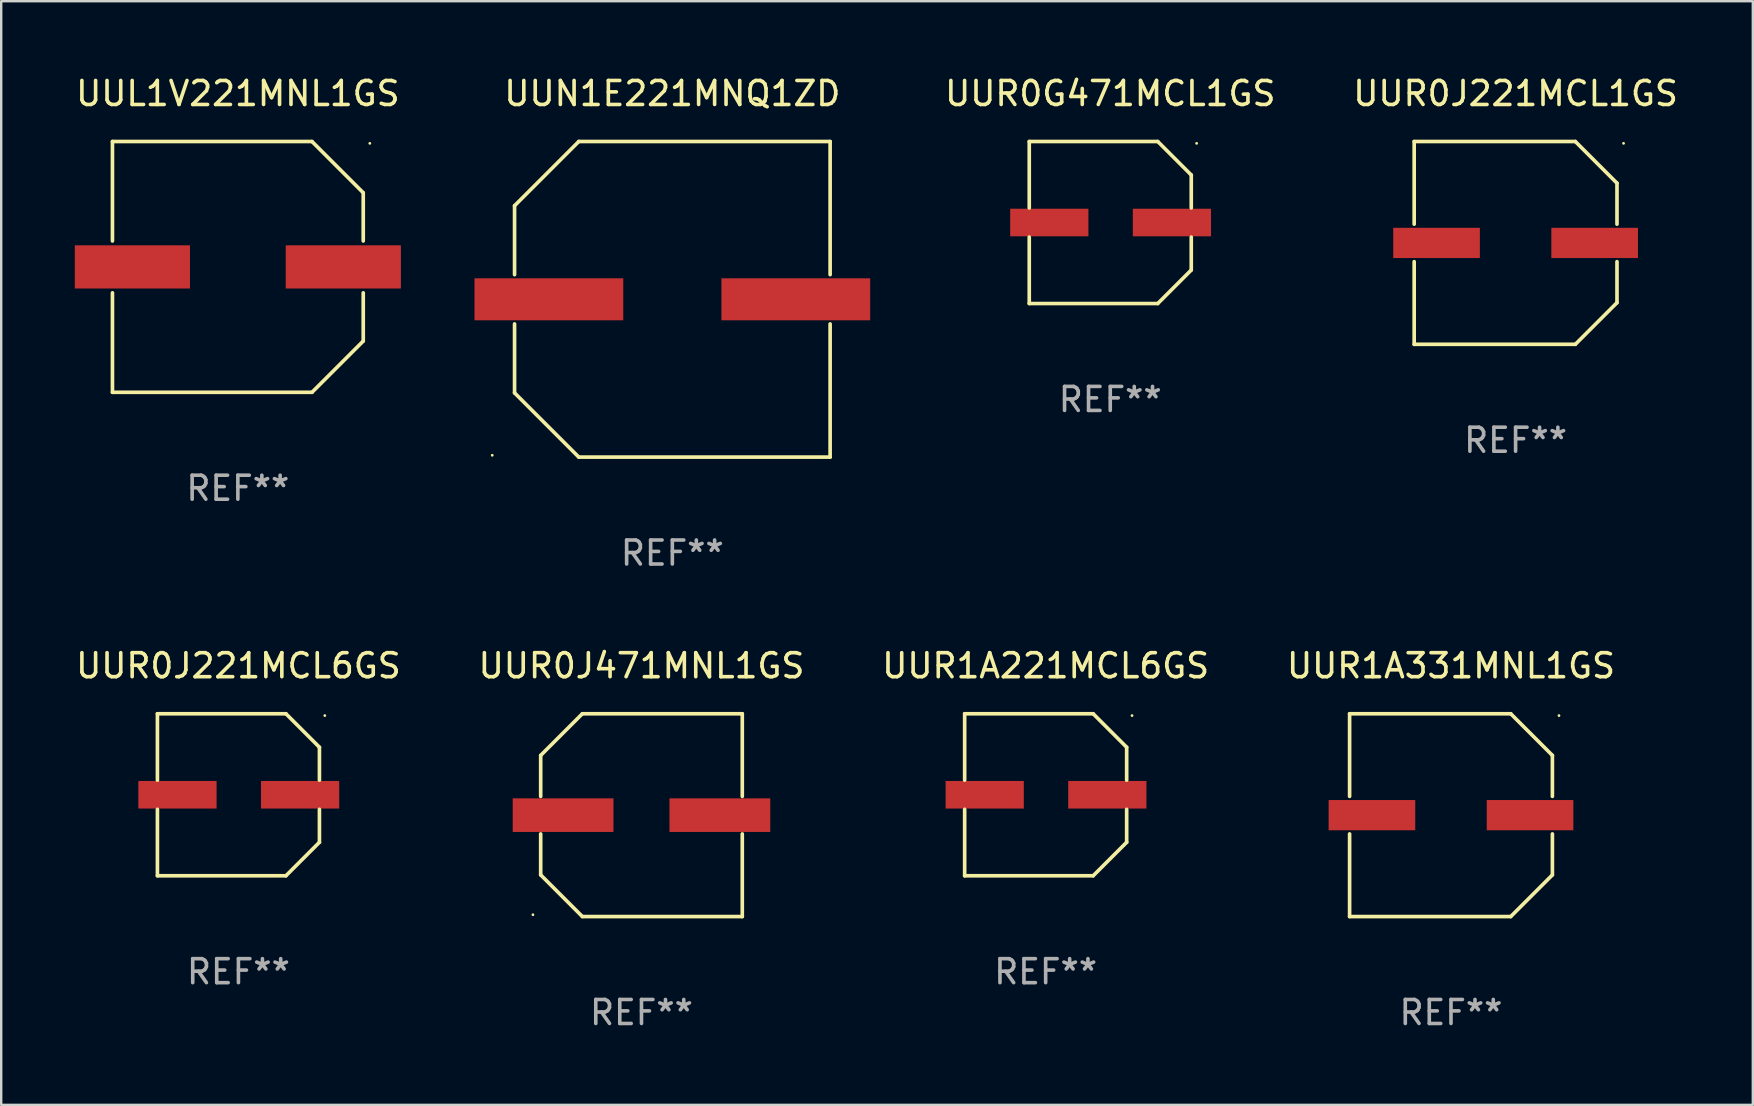
<source format=kicad_pcb>
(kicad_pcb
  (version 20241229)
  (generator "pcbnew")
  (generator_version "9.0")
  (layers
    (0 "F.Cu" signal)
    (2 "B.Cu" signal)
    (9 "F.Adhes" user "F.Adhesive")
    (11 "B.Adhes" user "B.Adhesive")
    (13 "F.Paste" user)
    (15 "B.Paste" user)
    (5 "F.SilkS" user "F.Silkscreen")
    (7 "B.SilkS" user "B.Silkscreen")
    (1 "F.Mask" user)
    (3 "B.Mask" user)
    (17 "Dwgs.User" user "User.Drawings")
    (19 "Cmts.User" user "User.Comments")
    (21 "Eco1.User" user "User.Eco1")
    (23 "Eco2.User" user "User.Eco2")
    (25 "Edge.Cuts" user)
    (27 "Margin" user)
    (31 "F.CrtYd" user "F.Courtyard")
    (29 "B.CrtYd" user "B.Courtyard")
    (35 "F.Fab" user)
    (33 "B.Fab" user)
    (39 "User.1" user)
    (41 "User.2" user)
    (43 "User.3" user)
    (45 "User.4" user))
  (footprint "UUL1V221MNL1GS"
    (layer "F.Cu")
    (at 6.863 8.074)
    (property "Reference" "UUL1V221MNL1GS" (at 0 -7.226 0) (layer "F.SilkS") (effects (font (size 1 1) (thickness 0.15))))
    (attr through_hole)
    (fp_line (start -5.226 -5.226) (end -5.226 -1.08) (stroke (width 0.152) (type solid)) (layer "F.SilkS"))
    (fp_line (start -5.226 -5.226) (end 3.09 -5.226) (stroke (width 0.152) (type solid)) (layer "F.SilkS"))
    (fp_line (start -5.226 1.08) (end -5.226 5.226) (stroke (width 0.152) (type solid)) (layer "F.SilkS"))
    (fp_line (start -5.226 5.226) (end 3.09 5.226) (stroke (width 0.152) (type solid)) (layer "F.SilkS"))
    (fp_line (start 3.09 -5.226) (end 5.226 -3.09) (stroke (width 0.152) (type solid)) (layer "F.SilkS"))
    (fp_line (start 3.09 5.226) (end 5.226 3.09) (stroke (width 0.152) (type solid)) (layer "F.SilkS"))
    (fp_line (start 5.226 -1.08) (end 5.226 -3.09) (stroke (width 0.152) (type solid)) (layer "F.SilkS"))
    (fp_line (start 5.226 3.09) (end 5.226 1.08) (stroke (width 0.152) (type solid)) (layer "F.SilkS"))
    (fp_circle (center 5.5 -5.15) (end 5.53 -5.15) (stroke (width 0.06) (type solid)) (fill no) (layer "F.SilkS"))
    (fp_text user "REF**" (at 0 9.226 0) (layer "F.Fab") (effects (font (size 1 1) (thickness 0.15))))
    (pad "1" smd rect (at 4.395 0 180) (size 4.8 1.8) (layers "F.Cu" "F.Mask" "F.Paste"))
    (pad "2" smd rect (at -4.395 0 180) (size 4.8 1.8) (layers "F.Cu" "F.Mask" "F.Paste")))
  (footprint "UUR0G471MCL1GS"
    (layer "F.Cu")
    (at 43.222 6.224)
    (property "Reference" "UUR0G471MCL1GS" (at 0 -5.376 0) (layer "F.SilkS") (effects (font (size 1 1) (thickness 0.15))))
    (attr through_hole)
    (fp_line (start -3.376 -3.376) (end 1.98 -3.376) (stroke (width 0.152) (type solid)) (layer "F.SilkS"))
    (fp_line (start -3.376 -0.607) (end -3.376 -3.376) (stroke (width 0.152) (type solid)) (layer "F.SilkS"))
    (fp_line (start -3.376 0.607) (end -3.376 3.376) (stroke (width 0.152) (type solid)) (layer "F.SilkS"))
    (fp_line (start -3.376 3.376) (end 1.98 3.376) (stroke (width 0.152) (type solid)) (layer "F.SilkS"))
    (fp_line (start 1.98 -3.376) (end 3.376 -1.98) (stroke (width 0.152) (type solid)) (layer "F.SilkS"))
    (fp_line (start 1.98 3.376) (end 3.376 1.98) (stroke (width 0.152) (type solid)) (layer "F.SilkS"))
    (fp_line (start 3.376 -1.98) (end 3.376 -0.607) (stroke (width 0.152) (type solid)) (layer "F.SilkS"))
    (fp_line (start 3.376 1.98) (end 3.376 0.607) (stroke (width 0.152) (type solid)) (layer "F.SilkS"))
    (fp_circle (center 3.6 -3.3) (end 3.63 -3.3) (stroke (width 0.06) (type solid)) (fill no) (layer "F.SilkS"))
    (fp_text user "REF**" (at 0 7.376 0) (layer "F.Fab") (effects (font (size 1 1) (thickness 0.15))))
    (pad "1" smd rect (at 2.57 0 180) (size 3.26 1.15) (layers "F.Cu" "F.Mask" "F.Paste"))
    (pad "2" smd rect (at -2.54 0 180) (size 3.26 1.15) (layers "F.Cu" "F.Mask" "F.Paste")))
  (footprint "UUR0J221MCL1GS"
    (layer "F.Cu")
    (at 60.115 7.074)
    (property "Reference" "UUR0J221MCL1GS" (at 0 -6.226 0) (layer "F.SilkS") (effects (font (size 1 1) (thickness 0.15))))
    (attr through_hole)
    (fp_line (start -4.226 -4.226) (end 2.49 -4.226) (stroke (width 0.152) (type solid)) (layer "F.SilkS"))
    (fp_line (start -4.226 -0.782) (end -4.226 -4.226) (stroke (width 0.152) (type solid)) (layer "F.SilkS"))
    (fp_line (start -4.226 0.782) (end -4.226 4.226) (stroke (width 0.152) (type solid)) (layer "F.SilkS"))
    (fp_line (start -4.226 4.226) (end 2.49 4.226) (stroke (width 0.152) (type solid)) (layer "F.SilkS"))
    (fp_line (start 2.49 -4.226) (end 4.226 -2.49) (stroke (width 0.152) (type solid)) (layer "F.SilkS"))
    (fp_line (start 2.49 4.226) (end 4.226 2.49) (stroke (width 0.152) (type solid)) (layer "F.SilkS"))
    (fp_line (start 4.226 -2.49) (end 4.226 -0.782) (stroke (width 0.152) (type solid)) (layer "F.SilkS"))
    (fp_line (start 4.226 2.49) (end 4.226 0.782) (stroke (width 0.152) (type solid)) (layer "F.SilkS"))
    (fp_circle (center 4.5 -4.15) (end 4.53 -4.15) (stroke (width 0.06) (type solid)) (fill no) (layer "F.SilkS"))
    (fp_text user "REF**" (at 0 8.226 0) (layer "F.Fab") (effects (font (size 1 1) (thickness 0.15))))
    (pad "1" smd rect (at 3.295 0 180) (size 3.61 1.26) (layers "F.Cu" "F.Mask" "F.Paste"))
    (pad "2" smd rect (at -3.295 0 180) (size 3.61 1.26) (layers "F.Cu" "F.Mask" "F.Paste")))
  (footprint "UUR1A331MNL1GS"
    (layer "F.Cu")
    (at 57.423 30.923)
    (property "Reference" "UUR1A331MNL1GS" (at 0 -6.226 0) (layer "F.SilkS") (effects (font (size 1 1) (thickness 0.15))))
    (attr through_hole)
    (fp_line (start -4.226 -4.226) (end 2.49 -4.226) (stroke (width 0.152) (type solid)) (layer "F.SilkS"))
    (fp_line (start -4.226 -0.782) (end -4.226 -4.226) (stroke (width 0.152) (type solid)) (layer "F.SilkS"))
    (fp_line (start -4.226 0.782) (end -4.226 4.226) (stroke (width 0.152) (type solid)) (layer "F.SilkS"))
    (fp_line (start -4.226 4.226) (end 2.49 4.226) (stroke (width 0.152) (type solid)) (layer "F.SilkS"))
    (fp_line (start 2.49 -4.226) (end 4.226 -2.49) (stroke (width 0.152) (type solid)) (layer "F.SilkS"))
    (fp_line (start 2.49 4.226) (end 4.226 2.49) (stroke (width 0.152) (type solid)) (layer "F.SilkS"))
    (fp_line (start 4.226 -2.49) (end 4.226 -0.782) (stroke (width 0.152) (type solid)) (layer "F.SilkS"))
    (fp_line (start 4.226 2.49) (end 4.226 0.782) (stroke (width 0.152) (type solid)) (layer "F.SilkS"))
    (fp_circle (center 4.5 -4.15) (end 4.53 -4.15) (stroke (width 0.06) (type solid)) (fill no) (layer "F.SilkS"))
    (fp_text user "REF**" (at 0 8.226 0) (layer "F.Fab") (effects (font (size 1 1) (thickness 0.15))))
    (pad "1" smd rect (at 3.295 0 180) (size 3.61 1.26) (layers "F.Cu" "F.Mask" "F.Paste"))
    (pad "2" smd rect (at -3.295 0 180) (size 3.61 1.26) (layers "F.Cu" "F.Mask" "F.Paste")))
  (footprint "UUR0J471MNL1GS"
    (layer "F.Cu")
    (at 23.685 30.923)
    (property "Reference" "UUR0J471MNL1GS" (at 0 -6.226 0) (layer "F.SilkS") (effects (font (size 1 1) (thickness 0.15))))
    (attr through_hole)
    (fp_line (start -4.201 -2.49) (end -4.201 -0.782) (stroke (width 0.152) (type solid)) (layer "F.SilkS"))
    (fp_line (start -4.201 2.49) (end -4.201 0.782) (stroke (width 0.152) (type solid)) (layer "F.SilkS"))
    (fp_line (start -2.465 -4.226) (end -4.201 -2.49) (stroke (width 0.152) (type solid)) (layer "F.SilkS"))
    (fp_line (start -2.465 4.226) (end -4.201 2.49) (stroke (width 0.152) (type solid)) (layer "F.SilkS"))
    (fp_line (start 4.201 -4.226) (end -2.465 -4.226) (stroke (width 0.152) (type solid)) (layer "F.SilkS"))
    (fp_line (start 4.201 -0.782) (end 4.201 -4.226) (stroke (width 0.152) (type solid)) (layer "F.SilkS"))
    (fp_line (start 4.201 0.782) (end 4.201 4.226) (stroke (width 0.152) (type solid)) (layer "F.SilkS"))
    (fp_line (start 4.201 4.226) (end -2.465 4.226) (stroke (width 0.152) (type solid)) (layer "F.SilkS"))
    (fp_circle (center -4.524 4.15) (end -4.494 4.15) (stroke (width 0.06) (type solid)) (fill no) (layer "F.SilkS"))
    (fp_text user "REF**" (at 0 8.226 0) (layer "F.Fab") (effects (font (size 1 1) (thickness 0.15))))
    (pad "1" smd rect (at -3.267 0) (size 4.2 1.4) (layers "F.Cu" "F.Mask" "F.Paste"))
    (pad "2" smd rect (at 3.267 0) (size 4.2 1.4) (layers "F.Cu" "F.Mask" "F.Paste")))
  (footprint "UUR1A221MCL6GS"
    (layer "F.Cu")
    (at 40.53 30.073)
    (property "Reference" "UUR1A221MCL6GS" (at 0 -5.376 0) (layer "F.SilkS") (effects (font (size 1 1) (thickness 0.15))))
    (attr through_hole)
    (fp_line (start -3.376 -3.376) (end 1.98 -3.376) (stroke (width 0.152) (type solid)) (layer "F.SilkS"))
    (fp_line (start -3.376 -0.607) (end -3.376 -3.376) (stroke (width 0.152) (type solid)) (layer "F.SilkS"))
    (fp_line (start -3.376 0.607) (end -3.376 3.376) (stroke (width 0.152) (type solid)) (layer "F.SilkS"))
    (fp_line (start -3.376 3.376) (end 1.98 3.376) (stroke (width 0.152) (type solid)) (layer "F.SilkS"))
    (fp_line (start 1.98 -3.376) (end 3.376 -1.98) (stroke (width 0.152) (type solid)) (layer "F.SilkS"))
    (fp_line (start 1.98 3.376) (end 3.376 1.98) (stroke (width 0.152) (type solid)) (layer "F.SilkS"))
    (fp_line (start 3.376 -1.98) (end 3.376 -0.607) (stroke (width 0.152) (type solid)) (layer "F.SilkS"))
    (fp_line (start 3.376 1.98) (end 3.376 0.607) (stroke (width 0.152) (type solid)) (layer "F.SilkS"))
    (fp_circle (center 3.6 -3.3) (end 3.63 -3.3) (stroke (width 0.06) (type solid)) (fill no) (layer "F.SilkS"))
    (fp_text user "REF**" (at 0 7.376 0) (layer "F.Fab") (effects (font (size 1 1) (thickness 0.15))))
    (pad "1" smd rect (at 2.57 0 180) (size 3.26 1.15) (layers "F.Cu" "F.Mask" "F.Paste"))
    (pad "2" smd rect (at -2.54 0 180) (size 3.26 1.15) (layers "F.Cu" "F.Mask" "F.Paste")))
  (footprint "UUR0J221MCL6GS"
    (layer "F.Cu")
    (at 6.887 30.073)
    (property "Reference" "UUR0J221MCL6GS" (at 0 -5.376 0) (layer "F.SilkS") (effects (font (size 1 1) (thickness 0.15))))
    (attr through_hole)
    (fp_line (start -3.376 -3.376) (end 1.98 -3.376) (stroke (width 0.152) (type solid)) (layer "F.SilkS"))
    (fp_line (start -3.376 -0.607) (end -3.376 -3.376) (stroke (width 0.152) (type solid)) (layer "F.SilkS"))
    (fp_line (start -3.376 0.607) (end -3.376 3.376) (stroke (width 0.152) (type solid)) (layer "F.SilkS"))
    (fp_line (start -3.376 3.376) (end 1.98 3.376) (stroke (width 0.152) (type solid)) (layer "F.SilkS"))
    (fp_line (start 1.98 -3.376) (end 3.376 -1.98) (stroke (width 0.152) (type solid)) (layer "F.SilkS"))
    (fp_line (start 1.98 3.376) (end 3.376 1.98) (stroke (width 0.152) (type solid)) (layer "F.SilkS"))
    (fp_line (start 3.376 -1.98) (end 3.376 -0.607) (stroke (width 0.152) (type solid)) (layer "F.SilkS"))
    (fp_line (start 3.376 1.98) (end 3.376 0.607) (stroke (width 0.152) (type solid)) (layer "F.SilkS"))
    (fp_circle (center 3.6 -3.3) (end 3.63 -3.3) (stroke (width 0.06) (type solid)) (fill no) (layer "F.SilkS"))
    (fp_text user "REF**" (at 0 7.376 0) (layer "F.Fab") (effects (font (size 1 1) (thickness 0.15))))
    (pad "1" smd rect (at 2.57 0 180) (size 3.26 1.15) (layers "F.Cu" "F.Mask" "F.Paste"))
    (pad "2" smd rect (at -2.54 0 180) (size 3.26 1.15) (layers "F.Cu" "F.Mask" "F.Paste")))
  (footprint "UUN1E221MNQ1ZD"
    (layer "F.Cu")
    (at 24.971 9.424)
    (property "Reference" "UUN1E221MNQ1ZD" (at 0 -8.576 0) (layer "F.SilkS") (effects (font (size 1 1) (thickness 0.15))))
    (attr through_hole)
    (fp_line (start -6.576 -3.9) (end -6.576 -1.027) (stroke (width 0.152) (type solid)) (layer "F.SilkS"))
    (fp_line (start -6.576 3.9) (end -6.576 1.027) (stroke (width 0.152) (type solid)) (layer "F.SilkS"))
    (fp_line (start -3.9 -6.576) (end -6.576 -3.9) (stroke (width 0.152) (type solid)) (layer "F.SilkS"))
    (fp_line (start -3.9 6.576) (end -6.576 3.9) (stroke (width 0.152) (type solid)) (layer "F.SilkS"))
    (fp_line (start 6.576 -6.576) (end -3.9 -6.576) (stroke (width 0.152) (type solid)) (layer "F.SilkS"))
    (fp_line (start 6.576 -1.027) (end 6.576 -6.576) (stroke (width 0.152) (type solid)) (layer "F.SilkS"))
    (fp_line (start 6.576 1.027) (end 6.576 6.576) (stroke (width 0.152) (type solid)) (layer "F.SilkS"))
    (fp_line (start 6.576 6.576) (end -3.9 6.576) (stroke (width 0.152) (type solid)) (layer "F.SilkS"))
    (fp_circle (center -7.506 6.5) (end -7.476 6.5) (stroke (width 0.06) (type solid)) (fill no) (layer "F.SilkS"))
    (fp_text user "REF**" (at 0 10.576 0) (layer "F.Fab") (effects (font (size 1 1) (thickness 0.15))))
    (pad "1" smd rect (at -5.145 0) (size 6.2 1.75) (layers "F.Cu" "F.Mask" "F.Paste"))
    (pad "2" smd rect (at 5.145 0) (size 6.2 1.75) (layers "F.Cu" "F.Mask" "F.Paste")))
  (gr_rect
    (start -3 -3)
    (end 70.002 42.998)
    (stroke (width 0.1) (type default))
    (fill no)
    (layer "Edge.Cuts")))
</source>
